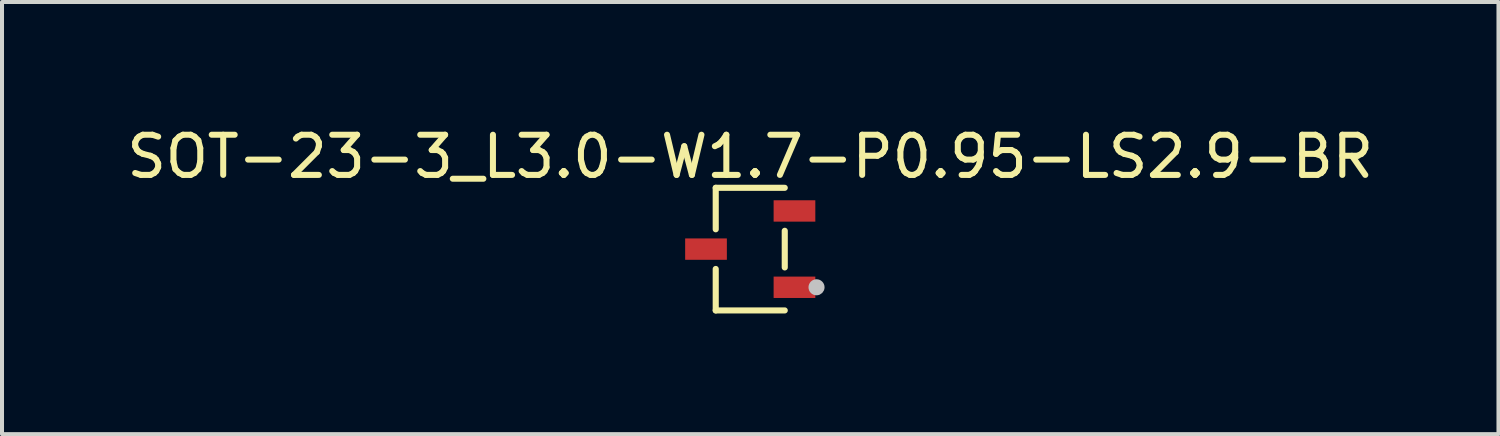
<source format=kicad_pcb>
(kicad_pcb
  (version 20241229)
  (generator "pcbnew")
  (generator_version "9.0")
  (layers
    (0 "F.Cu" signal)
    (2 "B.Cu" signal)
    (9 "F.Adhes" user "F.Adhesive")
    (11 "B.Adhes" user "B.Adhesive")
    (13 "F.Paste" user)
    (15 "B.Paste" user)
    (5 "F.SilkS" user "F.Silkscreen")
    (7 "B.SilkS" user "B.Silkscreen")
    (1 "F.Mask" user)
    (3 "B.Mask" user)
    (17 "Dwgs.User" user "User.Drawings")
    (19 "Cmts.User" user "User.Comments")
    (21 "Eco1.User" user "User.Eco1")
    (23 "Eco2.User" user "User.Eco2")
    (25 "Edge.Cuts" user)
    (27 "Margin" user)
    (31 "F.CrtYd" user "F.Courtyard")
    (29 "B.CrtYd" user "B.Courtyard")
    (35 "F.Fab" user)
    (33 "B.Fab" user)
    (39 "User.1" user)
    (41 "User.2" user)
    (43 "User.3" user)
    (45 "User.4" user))
  (footprint "SOT-23-3_L3.0-W1.7-P0.95-LS2.9-BR"
    (layer "F.Cu")
    (at 15.625 3.151)
    (property "Reference" "SOT-23-3_L3.0-W1.7-P0.95-LS2.9-BR" (at 0 -2.302 0) (layer "F.SilkS") (effects (font (size 1 1) (thickness 0.15))))
    (fp_line (start -0.859 -1.526) (end -0.859 -0.494) (stroke (width 0.152) (type default)) (layer "F.SilkS"))
    (fp_line (start -0.859 1.526) (end -0.859 0.494) (stroke (width 0.152) (type default)) (layer "F.SilkS"))
    (fp_line (start 0.859 -1.526) (end -0.859 -1.526) (stroke (width 0.152) (type default)) (layer "F.SilkS"))
    (fp_line (start 0.859 -0.456) (end 0.859 0.456) (stroke (width 0.152) (type default)) (layer "F.SilkS"))
    (fp_line (start 0.859 1.526) (end -0.859 1.526) (stroke (width 0.152) (type default)) (layer "F.SilkS"))
    (fp_circle (center 1.65 0.95) (end 1.75 0.95) (stroke (width 0.2) (type default)) (fill no) (layer "Dwgs.User"))
    (fp_poly (pts (xy -1.425 0.188) (xy -1.425 -0.188) (xy -1 -0.188) (xy -1 0.188)) (stroke (width 0.1) (type default)) (fill no) (layer "User.1"))
    (fp_poly (pts (xy -1.01 0.188) (xy -1.01 -0.188) (xy -0.815 -0.188) (xy -0.815 0.188)) (stroke (width 0.1) (type default)) (fill no) (layer "User.1"))
    (fp_poly (pts (xy 0.815 -0.762) (xy 0.815 -1.137) (xy 1.01 -1.137) (xy 1.01 -0.762)) (stroke (width 0.1) (type default)) (fill no) (layer "User.1"))
    (fp_poly (pts (xy 0.815 1.137) (xy 0.815 0.762) (xy 1.01 0.762) (xy 1.01 1.137)) (stroke (width 0.1) (type default)) (fill no) (layer "User.1"))
    (fp_poly (pts (xy 1 -0.762) (xy 1 -1.137) (xy 1.425 -1.137) (xy 1.425 -0.762)) (stroke (width 0.1) (type default)) (fill no) (layer "User.1"))
    (fp_poly (pts (xy 1 1.137) (xy 1 0.762) (xy 1.425 0.762) (xy 1.425 1.137)) (stroke (width 0.1) (type default)) (fill no) (layer "User.1"))
    (fp_line (start -0.85 -1.5) (end 0.85 -1.5) (stroke (width 0.051) (type default)) (layer "User.2"))
    (fp_line (start -0.85 1.5) (end -0.85 -1.5) (stroke (width 0.051) (type default)) (layer "User.2"))
    (fp_line (start 0.85 -1.5) (end 0.85 1.5) (stroke (width 0.051) (type default)) (layer "User.2"))
    (fp_line (start 0.85 1.5) (end -0.85 1.5) (stroke (width 0.051) (type default)) (layer "User.2"))
    (fp_poly (pts (xy 1.48 1.477) (xy 1.448 1.445) (xy 1.402 1.445) (xy 1.37 1.477) (xy 1.37 1.523) (xy 1.402 1.555) (xy 1.448 1.555) (xy 1.48 1.523)) (stroke (width 0.1) (type default)) (fill no) (layer "User.3"))
    (pad "1" smd rect (at 1.101 0.95) (size 1.038 0.532) (layers "F.Cu" "F.Mask" "F.Paste"))
    (pad "2" smd rect (at 1.101 -0.95) (size 1.038 0.532) (layers "F.Cu" "F.Mask" "F.Paste"))
    (pad "3" smd rect (at -1.101 0) (size 1.038 0.532) (layers "F.Cu" "F.Mask" "F.Paste")))
  (gr_rect
    (start -3 -3)
    (end 34.25 7.756)
    (stroke (width 0.1) (type default))
    (fill no)
    (layer "Edge.Cuts")))
</source>
